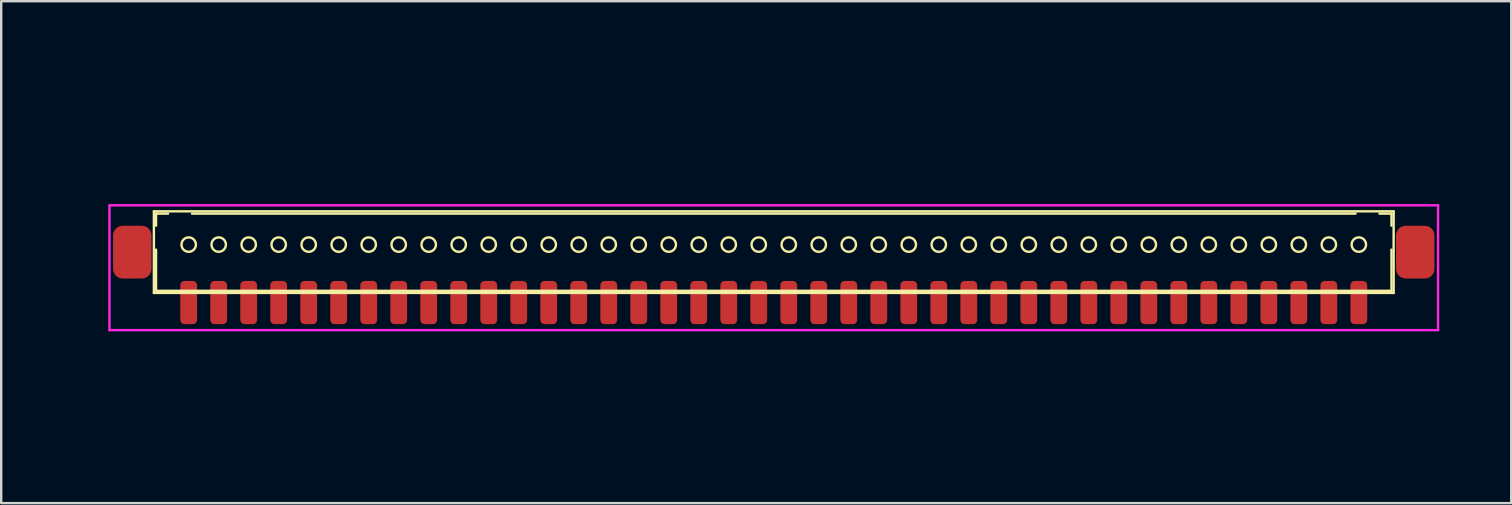
<source format=kicad_pcb>
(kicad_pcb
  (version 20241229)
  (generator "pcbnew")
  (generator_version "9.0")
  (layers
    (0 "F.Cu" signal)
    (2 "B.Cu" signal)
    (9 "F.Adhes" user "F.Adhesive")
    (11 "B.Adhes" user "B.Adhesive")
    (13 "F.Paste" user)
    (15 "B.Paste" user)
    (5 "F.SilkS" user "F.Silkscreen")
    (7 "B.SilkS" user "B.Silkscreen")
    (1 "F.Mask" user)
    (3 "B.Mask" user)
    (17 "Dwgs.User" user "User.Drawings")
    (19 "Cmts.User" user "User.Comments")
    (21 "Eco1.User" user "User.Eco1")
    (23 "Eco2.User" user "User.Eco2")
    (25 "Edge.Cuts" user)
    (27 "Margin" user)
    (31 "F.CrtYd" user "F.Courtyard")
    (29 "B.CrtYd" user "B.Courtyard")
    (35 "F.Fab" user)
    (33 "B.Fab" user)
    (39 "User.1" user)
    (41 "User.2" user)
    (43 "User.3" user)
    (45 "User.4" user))
  (footprint "DF13-40P-125DSA"
    (layer "F.Cu")
    (at 29.186 9.555)
    (property "Reference" "DF13-40P-125DSA" (at -28.425 -2.1 90) (layer "User.1") (effects (font (size 1 1) (thickness 0.1))))
    (attr through_hole)
    (fp_line (start -25.825 -3.8) (end -25.825 -0.4) (stroke (width 0.1) (type solid)) (layer "F.SilkS"))
    (fp_line (start -25.825 -3.8) (end 25.825 -3.8) (stroke (width 0.1) (type solid)) (layer "F.SilkS"))
    (fp_line (start -25.825 -0.4) (end 25.825 -0.4) (stroke (width 0.1) (type solid)) (layer "F.SilkS"))
    (fp_line (start -25.735 -3.705) (end -25.735 -3.205) (stroke (width 0.1) (type solid)) (layer "F.SilkS"))
    (fp_line (start -25.735 -3.705) (end -25.235 -3.705) (stroke (width 0.1) (type solid)) (layer "F.SilkS"))
    (fp_line (start -25.735 -2.205) (end -25.735 -0.49) (stroke (width 0.1) (type solid)) (layer "F.SilkS"))
    (fp_line (start -25.735 -0.49) (end 25.735 -0.49) (stroke (width 0.1) (type solid)) (layer "F.SilkS"))
    (fp_line (start -24.235 -3.705) (end 24.235 -3.705) (stroke (width 0.1) (type solid)) (layer "F.SilkS"))
    (fp_line (start 25.235 -3.705) (end 25.735 -3.705) (stroke (width 0.1) (type solid)) (layer "F.SilkS"))
    (fp_line (start 25.735 -3.705) (end 25.735 -3.205) (stroke (width 0.1) (type solid)) (layer "F.SilkS"))
    (fp_line (start 25.735 -2.205) (end 25.735 -0.49) (stroke (width 0.1) (type solid)) (layer "F.SilkS"))
    (fp_line (start 25.825 -3.8) (end 25.825 -0.4) (stroke (width 0.1) (type solid)) (layer "F.SilkS"))
    (fp_circle (center -24.375 -2.415) (end -24.075 -2.415) (stroke (width 0.1) (type solid)) (fill no) (layer "F.SilkS"))
    (fp_circle (center -23.125 -2.415) (end -22.825 -2.415) (stroke (width 0.1) (type solid)) (fill no) (layer "F.SilkS"))
    (fp_circle (center -21.875 -2.415) (end -21.575 -2.415) (stroke (width 0.1) (type solid)) (fill no) (layer "F.SilkS"))
    (fp_circle (center -20.625 -2.415) (end -20.325 -2.415) (stroke (width 0.1) (type solid)) (fill no) (layer "F.SilkS"))
    (fp_circle (center -19.375 -2.415) (end -19.075 -2.415) (stroke (width 0.1) (type solid)) (fill no) (layer "F.SilkS"))
    (fp_circle (center -18.125 -2.415) (end -17.825 -2.415) (stroke (width 0.1) (type solid)) (fill no) (layer "F.SilkS"))
    (fp_circle (center -16.875 -2.415) (end -16.575 -2.415) (stroke (width 0.1) (type solid)) (fill no) (layer "F.SilkS"))
    (fp_circle (center -15.625 -2.415) (end -15.325 -2.415) (stroke (width 0.1) (type solid)) (fill no) (layer "F.SilkS"))
    (fp_circle (center -14.375 -2.415) (end -14.075 -2.415) (stroke (width 0.1) (type solid)) (fill no) (layer "F.SilkS"))
    (fp_circle (center -13.125 -2.415) (end -12.825 -2.415) (stroke (width 0.1) (type solid)) (fill no) (layer "F.SilkS"))
    (fp_circle (center -11.875 -2.415) (end -11.575 -2.415) (stroke (width 0.1) (type solid)) (fill no) (layer "F.SilkS"))
    (fp_circle (center -10.625 -2.415) (end -10.325 -2.415) (stroke (width 0.1) (type solid)) (fill no) (layer "F.SilkS"))
    (fp_circle (center -9.375 -2.415) (end -9.075 -2.415) (stroke (width 0.1) (type solid)) (fill no) (layer "F.SilkS"))
    (fp_circle (center -8.125 -2.415) (end -7.825 -2.415) (stroke (width 0.1) (type solid)) (fill no) (layer "F.SilkS"))
    (fp_circle (center -6.875 -2.415) (end -6.575 -2.415) (stroke (width 0.1) (type solid)) (fill no) (layer "F.SilkS"))
    (fp_circle (center -5.625 -2.415) (end -5.325 -2.415) (stroke (width 0.1) (type solid)) (fill no) (layer "F.SilkS"))
    (fp_circle (center -4.375 -2.415) (end -4.075 -2.415) (stroke (width 0.1) (type solid)) (fill no) (layer "F.SilkS"))
    (fp_circle (center -3.125 -2.415) (end -2.825 -2.415) (stroke (width 0.1) (type solid)) (fill no) (layer "F.SilkS"))
    (fp_circle (center -1.875 -2.415) (end -1.575 -2.415) (stroke (width 0.1) (type solid)) (fill no) (layer "F.SilkS"))
    (fp_circle (center -0.625 -2.415) (end -0.325 -2.415) (stroke (width 0.1) (type solid)) (fill no) (layer "F.SilkS"))
    (fp_circle (center 0.625 -2.415) (end 0.925 -2.415) (stroke (width 0.1) (type solid)) (fill no) (layer "F.SilkS"))
    (fp_circle (center 1.875 -2.415) (end 2.175 -2.415) (stroke (width 0.1) (type solid)) (fill no) (layer "F.SilkS"))
    (fp_circle (center 3.125 -2.415) (end 3.425 -2.415) (stroke (width 0.1) (type solid)) (fill no) (layer "F.SilkS"))
    (fp_circle (center 4.375 -2.415) (end 4.675 -2.415) (stroke (width 0.1) (type solid)) (fill no) (layer "F.SilkS"))
    (fp_circle (center 5.625 -2.415) (end 5.925 -2.415) (stroke (width 0.1) (type solid)) (fill no) (layer "F.SilkS"))
    (fp_circle (center 6.875 -2.415) (end 7.175 -2.415) (stroke (width 0.1) (type solid)) (fill no) (layer "F.SilkS"))
    (fp_circle (center 8.125 -2.415) (end 8.425 -2.415) (stroke (width 0.1) (type solid)) (fill no) (layer "F.SilkS"))
    (fp_circle (center 9.375 -2.415) (end 9.675 -2.415) (stroke (width 0.1) (type solid)) (fill no) (layer "F.SilkS"))
    (fp_circle (center 10.625 -2.415) (end 10.925 -2.415) (stroke (width 0.1) (type solid)) (fill no) (layer "F.SilkS"))
    (fp_circle (center 11.875 -2.415) (end 12.175 -2.415) (stroke (width 0.1) (type solid)) (fill no) (layer "F.SilkS"))
    (fp_circle (center 13.125 -2.415) (end 13.425 -2.415) (stroke (width 0.1) (type solid)) (fill no) (layer "F.SilkS"))
    (fp_circle (center 14.375 -2.415) (end 14.675 -2.415) (stroke (width 0.1) (type solid)) (fill no) (layer "F.SilkS"))
    (fp_circle (center 15.625 -2.415) (end 15.925 -2.415) (stroke (width 0.1) (type solid)) (fill no) (layer "F.SilkS"))
    (fp_circle (center 16.875 -2.415) (end 17.175 -2.415) (stroke (width 0.1) (type solid)) (fill no) (layer "F.SilkS"))
    (fp_circle (center 18.125 -2.415) (end 18.425 -2.415) (stroke (width 0.1) (type solid)) (fill no) (layer "F.SilkS"))
    (fp_circle (center 19.375 -2.415) (end 19.675 -2.415) (stroke (width 0.1) (type solid)) (fill no) (layer "F.SilkS"))
    (fp_circle (center 20.625 -2.415) (end 20.925 -2.415) (stroke (width 0.1) (type solid)) (fill no) (layer "F.SilkS"))
    (fp_circle (center 21.875 -2.415) (end 22.175 -2.415) (stroke (width 0.1) (type solid)) (fill no) (layer "F.SilkS"))
    (fp_circle (center 23.125 -2.415) (end 23.425 -2.415) (stroke (width 0.1) (type solid)) (fill no) (layer "F.SilkS"))
    (fp_circle (center 24.375 -2.415) (end 24.675 -2.415) (stroke (width 0.1) (type solid)) (fill no) (layer "F.SilkS"))
    (fp_line (start -27.675 -4.05) (end -27.675 1.15) (stroke (width 0.1) (type solid)) (layer "F.CrtYd"))
    (fp_line (start -27.675 1.15) (end 27.675 1.15) (stroke (width 0.1) (type solid)) (layer "F.CrtYd"))
    (fp_line (start 27.675 -4.05) (end -27.675 -4.05) (stroke (width 0.1) (type solid)) (layer "F.CrtYd"))
    (fp_line (start 27.675 1.15) (end 27.675 -4.05) (stroke (width 0.1) (type solid)) (layer "F.CrtYd"))
    (pad "1" smd roundrect (at -24.375 0) (size 0.7 1.8) (layers "F.Cu" "F.Mask" "F.Paste") (roundrect_rratio 0.25))
    (pad "2" smd roundrect (at -23.125 0) (size 0.7 1.8) (layers "F.Cu" "F.Mask" "F.Paste") (roundrect_rratio 0.25))
    (pad "3" smd roundrect (at -21.875 0) (size 0.7 1.8) (layers "F.Cu" "F.Mask" "F.Paste") (roundrect_rratio 0.25))
    (pad "4" smd roundrect (at -20.625 0) (size 0.7 1.8) (layers "F.Cu" "F.Mask" "F.Paste") (roundrect_rratio 0.25))
    (pad "5" smd roundrect (at -19.375 0) (size 0.7 1.8) (layers "F.Cu" "F.Mask" "F.Paste") (roundrect_rratio 0.25))
    (pad "6" smd roundrect (at -18.125 0) (size 0.7 1.8) (layers "F.Cu" "F.Mask" "F.Paste") (roundrect_rratio 0.25))
    (pad "7" smd roundrect (at -16.875 0) (size 0.7 1.8) (layers "F.Cu" "F.Mask" "F.Paste") (roundrect_rratio 0.25))
    (pad "8" smd roundrect (at -15.625 0) (size 0.7 1.8) (layers "F.Cu" "F.Mask" "F.Paste") (roundrect_rratio 0.25))
    (pad "9" smd roundrect (at -14.375 0) (size 0.7 1.8) (layers "F.Cu" "F.Mask" "F.Paste") (roundrect_rratio 0.25))
    (pad "10" smd roundrect (at -13.125 0) (size 0.7 1.8) (layers "F.Cu" "F.Mask" "F.Paste") (roundrect_rratio 0.25))
    (pad "11" smd roundrect (at -11.875 0) (size 0.7 1.8) (layers "F.Cu" "F.Mask" "F.Paste") (roundrect_rratio 0.25))
    (pad "12" smd roundrect (at -10.625 0) (size 0.7 1.8) (layers "F.Cu" "F.Mask" "F.Paste") (roundrect_rratio 0.25))
    (pad "13" smd roundrect (at -9.375 0) (size 0.7 1.8) (layers "F.Cu" "F.Mask" "F.Paste") (roundrect_rratio 0.25))
    (pad "14" smd roundrect (at -8.125 0) (size 0.7 1.8) (layers "F.Cu" "F.Mask" "F.Paste") (roundrect_rratio 0.25))
    (pad "15" smd roundrect (at -6.875 0) (size 0.7 1.8) (layers "F.Cu" "F.Mask" "F.Paste") (roundrect_rratio 0.25))
    (pad "16" smd roundrect (at -5.625 0) (size 0.7 1.8) (layers "F.Cu" "F.Mask" "F.Paste") (roundrect_rratio 0.25))
    (pad "17" smd roundrect (at -4.375 0) (size 0.7 1.8) (layers "F.Cu" "F.Mask" "F.Paste") (roundrect_rratio 0.25))
    (pad "18" smd roundrect (at -3.125 0) (size 0.7 1.8) (layers "F.Cu" "F.Mask" "F.Paste") (roundrect_rratio 0.25))
    (pad "19" smd roundrect (at -1.875 0) (size 0.7 1.8) (layers "F.Cu" "F.Mask" "F.Paste") (roundrect_rratio 0.25))
    (pad "20" smd roundrect (at -0.625 0) (size 0.7 1.8) (layers "F.Cu" "F.Mask" "F.Paste") (roundrect_rratio 0.25))
    (pad "21" smd roundrect (at 0.625 0) (size 0.7 1.8) (layers "F.Cu" "F.Mask" "F.Paste") (roundrect_rratio 0.25))
    (pad "22" smd roundrect (at 1.875 0) (size 0.7 1.8) (layers "F.Cu" "F.Mask" "F.Paste") (roundrect_rratio 0.25))
    (pad "23" smd roundrect (at 3.125 0) (size 0.7 1.8) (layers "F.Cu" "F.Mask" "F.Paste") (roundrect_rratio 0.25))
    (pad "24" smd roundrect (at 4.375 0) (size 0.7 1.8) (layers "F.Cu" "F.Mask" "F.Paste") (roundrect_rratio 0.25))
    (pad "25" smd roundrect (at 5.625 0) (size 0.7 1.8) (layers "F.Cu" "F.Mask" "F.Paste") (roundrect_rratio 0.25))
    (pad "26" smd roundrect (at 6.875 0) (size 0.7 1.8) (layers "F.Cu" "F.Mask" "F.Paste") (roundrect_rratio 0.25))
    (pad "27" smd roundrect (at 8.125 0) (size 0.7 1.8) (layers "F.Cu" "F.Mask" "F.Paste") (roundrect_rratio 0.25))
    (pad "28" smd roundrect (at 9.375 0) (size 0.7 1.8) (layers "F.Cu" "F.Mask" "F.Paste") (roundrect_rratio 0.25))
    (pad "29" smd roundrect (at 10.625 0) (size 0.7 1.8) (layers "F.Cu" "F.Mask" "F.Paste") (roundrect_rratio 0.25))
    (pad "30" smd roundrect (at 11.875 0) (size 0.7 1.8) (layers "F.Cu" "F.Mask" "F.Paste") (roundrect_rratio 0.25))
    (pad "31" smd roundrect (at 13.125 0) (size 0.7 1.8) (layers "F.Cu" "F.Mask" "F.Paste") (roundrect_rratio 0.25))
    (pad "32" smd roundrect (at 14.375 0) (size 0.7 1.8) (layers "F.Cu" "F.Mask" "F.Paste") (roundrect_rratio 0.25))
    (pad "33" smd roundrect (at 15.625 0) (size 0.7 1.8) (layers "F.Cu" "F.Mask" "F.Paste") (roundrect_rratio 0.25))
    (pad "34" smd roundrect (at 16.875 0) (size 0.7 1.8) (layers "F.Cu" "F.Mask" "F.Paste") (roundrect_rratio 0.25))
    (pad "35" smd roundrect (at 18.125 0) (size 0.7 1.8) (layers "F.Cu" "F.Mask" "F.Paste") (roundrect_rratio 0.25))
    (pad "36" smd roundrect (at 19.375 0) (size 0.7 1.8) (layers "F.Cu" "F.Mask" "F.Paste") (roundrect_rratio 0.25))
    (pad "37" smd roundrect (at 20.625 0) (size 0.7 1.8) (layers "F.Cu" "F.Mask" "F.Paste") (roundrect_rratio 0.25))
    (pad "38" smd roundrect (at 21.875 0) (size 0.7 1.8) (layers "F.Cu" "F.Mask" "F.Paste") (roundrect_rratio 0.25))
    (pad "39" smd roundrect (at 23.125 0) (size 0.7 1.8) (layers "F.Cu" "F.Mask" "F.Paste") (roundrect_rratio 0.25))
    (pad "40" smd roundrect (at 24.375 0) (size 0.7 1.8) (layers "F.Cu" "F.Mask" "F.Paste") (roundrect_rratio 0.25))
    (pad "S" smd roundrect (at -26.725 -2.1) (size 1.6 2.2) (layers "F.Cu" "F.Mask" "F.Paste") (roundrect_rratio 0.25))
    (pad "S" smd roundrect (at 26.725 -2.1) (size 1.6 2.2) (layers "F.Cu" "F.Mask" "F.Paste") (roundrect_rratio 0.25)))
  (gr_rect
    (start -3 -3)
    (end 59.91 17.91)
    (stroke (width 0.1) (type default))
    (fill no)
    (layer "Edge.Cuts")))
</source>
